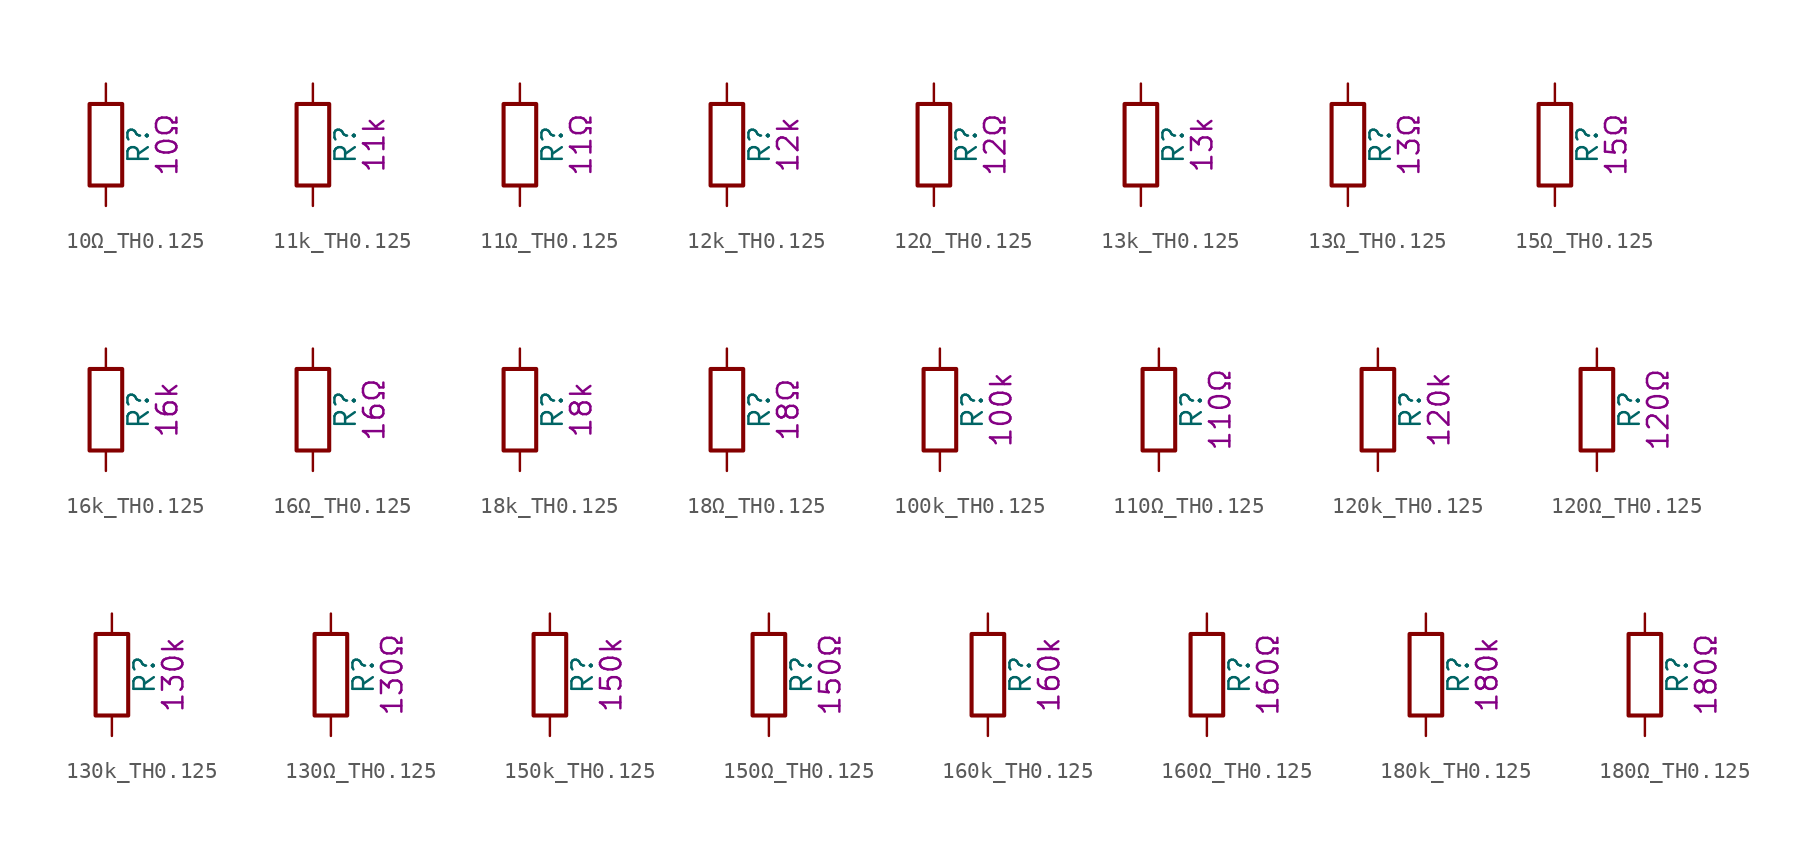
<source format=kicad_sym>
(kicad_symbol_lib
  (version 20211014)
  (generator kicad_symbol_editor)
  (symbol "10Ω_TH0.125"
    (pin_numbers hide)
    (pin_names
      (offset 0))
    (property "Reference" "R"
      (at 2.032 0 90)
      (effects (font (size 1.27 1.27))))
    (property "Display" "10Ω"
      (at 3.81 0 90)
      (effects (font (size 1.27 1.27))))
    (symbol "10Ω_TH0.125_0_1"
      (rectangle (start -1.016 -2.54) (end 1.016 2.54) (stroke (width 0.254) (type default) (color 0 0 0 0)) (fill (type none))))
    (symbol "10Ω_TH0.125_1_1"
      (pin passive line (at 0 3.81 270) (length 1.27) (name "~" (effects (font (size 1.27 1.27)))) (number "1" (effects (font (size 1.27 1.27)))))
      (pin passive line (at 0 -3.81 90) (length 1.27) (name "~" (effects (font (size 1.27 1.27)))) (number "2" (effects (font (size 1.27 1.27)))))))
  (symbol "11k_TH0.125"
    (pin_numbers hide)
    (pin_names
      (offset 0))
    (property "Reference" "R"
      (at 2.032 0 90)
      (effects (font (size 1.27 1.27))))
    (property "Display" "11k"
      (at 3.81 0 90)
      (effects (font (size 1.27 1.27))))
    (symbol "11k_TH0.125_0_1"
      (rectangle (start -1.016 -2.54) (end 1.016 2.54) (stroke (width 0.254) (type default) (color 0 0 0 0)) (fill (type none))))
    (symbol "11k_TH0.125_1_1"
      (pin passive line (at 0 3.81 270) (length 1.27) (name "~" (effects (font (size 1.27 1.27)))) (number "1" (effects (font (size 1.27 1.27)))))
      (pin passive line (at 0 -3.81 90) (length 1.27) (name "~" (effects (font (size 1.27 1.27)))) (number "2" (effects (font (size 1.27 1.27)))))))
  (symbol "11Ω_TH0.125"
    (pin_numbers hide)
    (pin_names
      (offset 0))
    (property "Reference" "R"
      (at 2.032 0 90)
      (effects (font (size 1.27 1.27))))
    (property "Display" "11Ω"
      (at 3.81 0 90)
      (effects (font (size 1.27 1.27))))
    (symbol "11Ω_TH0.125_0_1"
      (rectangle (start -1.016 -2.54) (end 1.016 2.54) (stroke (width 0.254) (type default) (color 0 0 0 0)) (fill (type none))))
    (symbol "11Ω_TH0.125_1_1"
      (pin passive line (at 0 3.81 270) (length 1.27) (name "~" (effects (font (size 1.27 1.27)))) (number "1" (effects (font (size 1.27 1.27)))))
      (pin passive line (at 0 -3.81 90) (length 1.27) (name "~" (effects (font (size 1.27 1.27)))) (number "2" (effects (font (size 1.27 1.27)))))))
  (symbol "12k_TH0.125"
    (pin_numbers hide)
    (pin_names
      (offset 0))
    (property "Reference" "R"
      (at 2.032 0 90)
      (effects (font (size 1.27 1.27))))
    (property "Display" "12k"
      (at 3.81 0 90)
      (effects (font (size 1.27 1.27))))
    (symbol "12k_TH0.125_0_1"
      (rectangle (start -1.016 -2.54) (end 1.016 2.54) (stroke (width 0.254) (type default) (color 0 0 0 0)) (fill (type none))))
    (symbol "12k_TH0.125_1_1"
      (pin passive line (at 0 3.81 270) (length 1.27) (name "~" (effects (font (size 1.27 1.27)))) (number "1" (effects (font (size 1.27 1.27)))))
      (pin passive line (at 0 -3.81 90) (length 1.27) (name "~" (effects (font (size 1.27 1.27)))) (number "2" (effects (font (size 1.27 1.27)))))))
  (symbol "12Ω_TH0.125"
    (pin_numbers hide)
    (pin_names
      (offset 0))
    (property "Reference" "R"
      (at 2.032 0 90)
      (effects (font (size 1.27 1.27))))
    (property "Display" "12Ω"
      (at 3.81 0 90)
      (effects (font (size 1.27 1.27))))
    (symbol "12Ω_TH0.125_0_1"
      (rectangle (start -1.016 -2.54) (end 1.016 2.54) (stroke (width 0.254) (type default) (color 0 0 0 0)) (fill (type none))))
    (symbol "12Ω_TH0.125_1_1"
      (pin passive line (at 0 3.81 270) (length 1.27) (name "~" (effects (font (size 1.27 1.27)))) (number "1" (effects (font (size 1.27 1.27)))))
      (pin passive line (at 0 -3.81 90) (length 1.27) (name "~" (effects (font (size 1.27 1.27)))) (number "2" (effects (font (size 1.27 1.27)))))))
  (symbol "13k_TH0.125"
    (pin_numbers hide)
    (pin_names
      (offset 0))
    (property "Reference" "R"
      (at 2.032 0 90)
      (effects (font (size 1.27 1.27))))
    (property "Display" "13k"
      (at 3.81 0 90)
      (effects (font (size 1.27 1.27))))
    (symbol "13k_TH0.125_0_1"
      (rectangle (start -1.016 -2.54) (end 1.016 2.54) (stroke (width 0.254) (type default) (color 0 0 0 0)) (fill (type none))))
    (symbol "13k_TH0.125_1_1"
      (pin passive line (at 0 3.81 270) (length 1.27) (name "~" (effects (font (size 1.27 1.27)))) (number "1" (effects (font (size 1.27 1.27)))))
      (pin passive line (at 0 -3.81 90) (length 1.27) (name "~" (effects (font (size 1.27 1.27)))) (number "2" (effects (font (size 1.27 1.27)))))))
  (symbol "13Ω_TH0.125"
    (pin_numbers hide)
    (pin_names
      (offset 0))
    (property "Reference" "R"
      (at 2.032 0 90)
      (effects (font (size 1.27 1.27))))
    (property "Display" "13Ω"
      (at 3.81 0 90)
      (effects (font (size 1.27 1.27))))
    (symbol "13Ω_TH0.125_0_1"
      (rectangle (start -1.016 -2.54) (end 1.016 2.54) (stroke (width 0.254) (type default) (color 0 0 0 0)) (fill (type none))))
    (symbol "13Ω_TH0.125_1_1"
      (pin passive line (at 0 3.81 270) (length 1.27) (name "~" (effects (font (size 1.27 1.27)))) (number "1" (effects (font (size 1.27 1.27)))))
      (pin passive line (at 0 -3.81 90) (length 1.27) (name "~" (effects (font (size 1.27 1.27)))) (number "2" (effects (font (size 1.27 1.27)))))))
  (symbol "15Ω_TH0.125"
    (pin_numbers hide)
    (pin_names
      (offset 0))
    (property "Reference" "R"
      (at 2.032 0 90)
      (effects (font (size 1.27 1.27))))
    (property "Display" "15Ω"
      (at 3.81 0 90)
      (effects (font (size 1.27 1.27))))
    (symbol "15Ω_TH0.125_0_1"
      (rectangle (start -1.016 -2.54) (end 1.016 2.54) (stroke (width 0.254) (type default) (color 0 0 0 0)) (fill (type none))))
    (symbol "15Ω_TH0.125_1_1"
      (pin passive line (at 0 3.81 270) (length 1.27) (name "~" (effects (font (size 1.27 1.27)))) (number "1" (effects (font (size 1.27 1.27)))))
      (pin passive line (at 0 -3.81 90) (length 1.27) (name "~" (effects (font (size 1.27 1.27)))) (number "2" (effects (font (size 1.27 1.27)))))))
  (symbol "16k_TH0.125"
    (pin_numbers hide)
    (pin_names
      (offset 0))
    (property "Reference" "R"
      (at 2.032 0 90)
      (effects (font (size 1.27 1.27))))
    (property "Display" "16k"
      (at 3.81 0 90)
      (effects (font (size 1.27 1.27))))
    (symbol "16k_TH0.125_0_1"
      (rectangle (start -1.016 -2.54) (end 1.016 2.54) (stroke (width 0.254) (type default) (color 0 0 0 0)) (fill (type none))))
    (symbol "16k_TH0.125_1_1"
      (pin passive line (at 0 3.81 270) (length 1.27) (name "~" (effects (font (size 1.27 1.27)))) (number "1" (effects (font (size 1.27 1.27)))))
      (pin passive line (at 0 -3.81 90) (length 1.27) (name "~" (effects (font (size 1.27 1.27)))) (number "2" (effects (font (size 1.27 1.27)))))))
  (symbol "16Ω_TH0.125"
    (pin_numbers hide)
    (pin_names
      (offset 0))
    (property "Reference" "R"
      (at 2.032 0 90)
      (effects (font (size 1.27 1.27))))
    (property "Display" "16Ω"
      (at 3.81 0 90)
      (effects (font (size 1.27 1.27))))
    (symbol "16Ω_TH0.125_0_1"
      (rectangle (start -1.016 -2.54) (end 1.016 2.54) (stroke (width 0.254) (type default) (color 0 0 0 0)) (fill (type none))))
    (symbol "16Ω_TH0.125_1_1"
      (pin passive line (at 0 3.81 270) (length 1.27) (name "~" (effects (font (size 1.27 1.27)))) (number "1" (effects (font (size 1.27 1.27)))))
      (pin passive line (at 0 -3.81 90) (length 1.27) (name "~" (effects (font (size 1.27 1.27)))) (number "2" (effects (font (size 1.27 1.27)))))))
  (symbol "18k_TH0.125"
    (pin_numbers hide)
    (pin_names
      (offset 0))
    (property "Reference" "R"
      (at 2.032 0 90)
      (effects (font (size 1.27 1.27))))
    (property "Display" "18k"
      (at 3.81 0 90)
      (effects (font (size 1.27 1.27))))
    (symbol "18k_TH0.125_0_1"
      (rectangle (start -1.016 -2.54) (end 1.016 2.54) (stroke (width 0.254) (type default) (color 0 0 0 0)) (fill (type none))))
    (symbol "18k_TH0.125_1_1"
      (pin passive line (at 0 3.81 270) (length 1.27) (name "~" (effects (font (size 1.27 1.27)))) (number "1" (effects (font (size 1.27 1.27)))))
      (pin passive line (at 0 -3.81 90) (length 1.27) (name "~" (effects (font (size 1.27 1.27)))) (number "2" (effects (font (size 1.27 1.27)))))))
  (symbol "18Ω_TH0.125"
    (pin_numbers hide)
    (pin_names
      (offset 0))
    (property "Reference" "R"
      (at 2.032 0 90)
      (effects (font (size 1.27 1.27))))
    (property "Display" "18Ω"
      (at 3.81 0 90)
      (effects (font (size 1.27 1.27))))
    (symbol "18Ω_TH0.125_0_1"
      (rectangle (start -1.016 -2.54) (end 1.016 2.54) (stroke (width 0.254) (type default) (color 0 0 0 0)) (fill (type none))))
    (symbol "18Ω_TH0.125_1_1"
      (pin passive line (at 0 3.81 270) (length 1.27) (name "~" (effects (font (size 1.27 1.27)))) (number "1" (effects (font (size 1.27 1.27)))))
      (pin passive line (at 0 -3.81 90) (length 1.27) (name "~" (effects (font (size 1.27 1.27)))) (number "2" (effects (font (size 1.27 1.27)))))))
  (symbol "100k_TH0.125"
    (pin_numbers hide)
    (pin_names
      (offset 0))
    (property "Reference" "R"
      (at 2.032 0 90)
      (effects (font (size 1.27 1.27))))
    (property "Display" "100k"
      (at 3.81 0 90)
      (effects (font (size 1.27 1.27))))
    (symbol "100k_TH0.125_0_1"
      (rectangle (start -1.016 -2.54) (end 1.016 2.54) (stroke (width 0.254) (type default) (color 0 0 0 0)) (fill (type none))))
    (symbol "100k_TH0.125_1_1"
      (pin passive line (at 0 3.81 270) (length 1.27) (name "~" (effects (font (size 1.27 1.27)))) (number "1" (effects (font (size 1.27 1.27)))))
      (pin passive line (at 0 -3.81 90) (length 1.27) (name "~" (effects (font (size 1.27 1.27)))) (number "2" (effects (font (size 1.27 1.27)))))))
  (symbol "110Ω_TH0.125"
    (pin_numbers hide)
    (pin_names
      (offset 0))
    (property "Reference" "R"
      (at 2.032 0 90)
      (effects (font (size 1.27 1.27))))
    (property "Display" "110Ω"
      (at 3.81 0 90)
      (effects (font (size 1.27 1.27))))
    (symbol "110Ω_TH0.125_0_1"
      (rectangle (start -1.016 -2.54) (end 1.016 2.54) (stroke (width 0.254) (type default) (color 0 0 0 0)) (fill (type none))))
    (symbol "110Ω_TH0.125_1_1"
      (pin passive line (at 0 3.81 270) (length 1.27) (name "~" (effects (font (size 1.27 1.27)))) (number "1" (effects (font (size 1.27 1.27)))))
      (pin passive line (at 0 -3.81 90) (length 1.27) (name "~" (effects (font (size 1.27 1.27)))) (number "2" (effects (font (size 1.27 1.27)))))))
  (symbol "120k_TH0.125"
    (pin_numbers hide)
    (pin_names
      (offset 0))
    (property "Reference" "R"
      (at 2.032 0 90)
      (effects (font (size 1.27 1.27))))
    (property "Display" "120k"
      (at 3.81 0 90)
      (effects (font (size 1.27 1.27))))
    (symbol "120k_TH0.125_0_1"
      (rectangle (start -1.016 -2.54) (end 1.016 2.54) (stroke (width 0.254) (type default) (color 0 0 0 0)) (fill (type none))))
    (symbol "120k_TH0.125_1_1"
      (pin passive line (at 0 3.81 270) (length 1.27) (name "~" (effects (font (size 1.27 1.27)))) (number "1" (effects (font (size 1.27 1.27)))))
      (pin passive line (at 0 -3.81 90) (length 1.27) (name "~" (effects (font (size 1.27 1.27)))) (number "2" (effects (font (size 1.27 1.27)))))))
  (symbol "120Ω_TH0.125"
    (pin_numbers hide)
    (pin_names
      (offset 0))
    (property "Reference" "R"
      (at 2.032 0 90)
      (effects (font (size 1.27 1.27))))
    (property "Display" "120Ω"
      (at 3.81 0 90)
      (effects (font (size 1.27 1.27))))
    (symbol "120Ω_TH0.125_0_1"
      (rectangle (start -1.016 -2.54) (end 1.016 2.54) (stroke (width 0.254) (type default) (color 0 0 0 0)) (fill (type none))))
    (symbol "120Ω_TH0.125_1_1"
      (pin passive line (at 0 3.81 270) (length 1.27) (name "~" (effects (font (size 1.27 1.27)))) (number "1" (effects (font (size 1.27 1.27)))))
      (pin passive line (at 0 -3.81 90) (length 1.27) (name "~" (effects (font (size 1.27 1.27)))) (number "2" (effects (font (size 1.27 1.27)))))))
  (symbol "130k_TH0.125"
    (pin_numbers hide)
    (pin_names
      (offset 0))
    (property "Reference" "R"
      (at 2.032 0 90)
      (effects (font (size 1.27 1.27))))
    (property "Display" "130k"
      (at 3.81 0 90)
      (effects (font (size 1.27 1.27))))
    (symbol "130k_TH0.125_0_1"
      (rectangle (start -1.016 -2.54) (end 1.016 2.54) (stroke (width 0.254) (type default) (color 0 0 0 0)) (fill (type none))))
    (symbol "130k_TH0.125_1_1"
      (pin passive line (at 0 3.81 270) (length 1.27) (name "~" (effects (font (size 1.27 1.27)))) (number "1" (effects (font (size 1.27 1.27)))))
      (pin passive line (at 0 -3.81 90) (length 1.27) (name "~" (effects (font (size 1.27 1.27)))) (number "2" (effects (font (size 1.27 1.27)))))))
  (symbol "130Ω_TH0.125"
    (pin_numbers hide)
    (pin_names
      (offset 0))
    (property "Reference" "R"
      (at 2.032 0 90)
      (effects (font (size 1.27 1.27))))
    (property "Display" "130Ω"
      (at 3.81 0 90)
      (effects (font (size 1.27 1.27))))
    (symbol "130Ω_TH0.125_0_1"
      (rectangle (start -1.016 -2.54) (end 1.016 2.54) (stroke (width 0.254) (type default) (color 0 0 0 0)) (fill (type none))))
    (symbol "130Ω_TH0.125_1_1"
      (pin passive line (at 0 3.81 270) (length 1.27) (name "~" (effects (font (size 1.27 1.27)))) (number "1" (effects (font (size 1.27 1.27)))))
      (pin passive line (at 0 -3.81 90) (length 1.27) (name "~" (effects (font (size 1.27 1.27)))) (number "2" (effects (font (size 1.27 1.27)))))))
  (symbol "150k_TH0.125"
    (pin_numbers hide)
    (pin_names
      (offset 0))
    (property "Reference" "R"
      (at 2.032 0 90)
      (effects (font (size 1.27 1.27))))
    (property "Display" "150k"
      (at 3.81 0 90)
      (effects (font (size 1.27 1.27))))
    (symbol "150k_TH0.125_0_1"
      (rectangle (start -1.016 -2.54) (end 1.016 2.54) (stroke (width 0.254) (type default) (color 0 0 0 0)) (fill (type none))))
    (symbol "150k_TH0.125_1_1"
      (pin passive line (at 0 3.81 270) (length 1.27) (name "~" (effects (font (size 1.27 1.27)))) (number "1" (effects (font (size 1.27 1.27)))))
      (pin passive line (at 0 -3.81 90) (length 1.27) (name "~" (effects (font (size 1.27 1.27)))) (number "2" (effects (font (size 1.27 1.27)))))))
  (symbol "150Ω_TH0.125"
    (pin_numbers hide)
    (pin_names
      (offset 0))
    (property "Reference" "R"
      (at 2.032 0 90)
      (effects (font (size 1.27 1.27))))
    (property "Display" "150Ω"
      (at 3.81 0 90)
      (effects (font (size 1.27 1.27))))
    (symbol "150Ω_TH0.125_0_1"
      (rectangle (start -1.016 -2.54) (end 1.016 2.54) (stroke (width 0.254) (type default) (color 0 0 0 0)) (fill (type none))))
    (symbol "150Ω_TH0.125_1_1"
      (pin passive line (at 0 3.81 270) (length 1.27) (name "~" (effects (font (size 1.27 1.27)))) (number "1" (effects (font (size 1.27 1.27)))))
      (pin passive line (at 0 -3.81 90) (length 1.27) (name "~" (effects (font (size 1.27 1.27)))) (number "2" (effects (font (size 1.27 1.27)))))))
  (symbol "160k_TH0.125"
    (pin_numbers hide)
    (pin_names
      (offset 0))
    (property "Reference" "R"
      (at 2.032 0 90)
      (effects (font (size 1.27 1.27))))
    (property "Display" "160k"
      (at 3.81 0 90)
      (effects (font (size 1.27 1.27))))
    (symbol "160k_TH0.125_0_1"
      (rectangle (start -1.016 -2.54) (end 1.016 2.54) (stroke (width 0.254) (type default) (color 0 0 0 0)) (fill (type none))))
    (symbol "160k_TH0.125_1_1"
      (pin passive line (at 0 3.81 270) (length 1.27) (name "~" (effects (font (size 1.27 1.27)))) (number "1" (effects (font (size 1.27 1.27)))))
      (pin passive line (at 0 -3.81 90) (length 1.27) (name "~" (effects (font (size 1.27 1.27)))) (number "2" (effects (font (size 1.27 1.27)))))))
  (symbol "160Ω_TH0.125"
    (pin_numbers hide)
    (pin_names
      (offset 0))
    (property "Reference" "R"
      (at 2.032 0 90)
      (effects (font (size 1.27 1.27))))
    (property "Display" "160Ω"
      (at 3.81 0 90)
      (effects (font (size 1.27 1.27))))
    (symbol "160Ω_TH0.125_0_1"
      (rectangle (start -1.016 -2.54) (end 1.016 2.54) (stroke (width 0.254) (type default) (color 0 0 0 0)) (fill (type none))))
    (symbol "160Ω_TH0.125_1_1"
      (pin passive line (at 0 3.81 270) (length 1.27) (name "~" (effects (font (size 1.27 1.27)))) (number "1" (effects (font (size 1.27 1.27)))))
      (pin passive line (at 0 -3.81 90) (length 1.27) (name "~" (effects (font (size 1.27 1.27)))) (number "2" (effects (font (size 1.27 1.27)))))))
  (symbol "180k_TH0.125"
    (pin_numbers hide)
    (pin_names
      (offset 0))
    (property "Reference" "R"
      (at 2.032 0 90)
      (effects (font (size 1.27 1.27))))
    (property "Display" "180k"
      (at 3.81 0 90)
      (effects (font (size 1.27 1.27))))
    (symbol "180k_TH0.125_0_1"
      (rectangle (start -1.016 -2.54) (end 1.016 2.54) (stroke (width 0.254) (type default) (color 0 0 0 0)) (fill (type none))))
    (symbol "180k_TH0.125_1_1"
      (pin passive line (at 0 3.81 270) (length 1.27) (name "~" (effects (font (size 1.27 1.27)))) (number "1" (effects (font (size 1.27 1.27)))))
      (pin passive line (at 0 -3.81 90) (length 1.27) (name "~" (effects (font (size 1.27 1.27)))) (number "2" (effects (font (size 1.27 1.27)))))))
  (symbol "180Ω_TH0.125"
    (pin_numbers hide)
    (pin_names
      (offset 0))
    (property "Reference" "R"
      (at 2.032 0 90)
      (effects (font (size 1.27 1.27))))
    (property "Display" "180Ω"
      (at 3.81 0 90)
      (effects (font (size 1.27 1.27))))
    (symbol "180Ω_TH0.125_0_1"
      (rectangle (start -1.016 -2.54) (end 1.016 2.54) (stroke (width 0.254) (type default) (color 0 0 0 0)) (fill (type none))))
    (symbol "180Ω_TH0.125_1_1"
      (pin passive line (at 0 3.81 270) (length 1.27) (name "~" (effects (font (size 1.27 1.27)))) (number "1" (effects (font (size 1.27 1.27)))))
      (pin passive line (at 0 -3.81 90) (length 1.27) (name "~" (effects (font (size 1.27 1.27)))) (number "2" (effects (font (size 1.27 1.27))))))))
</source>
